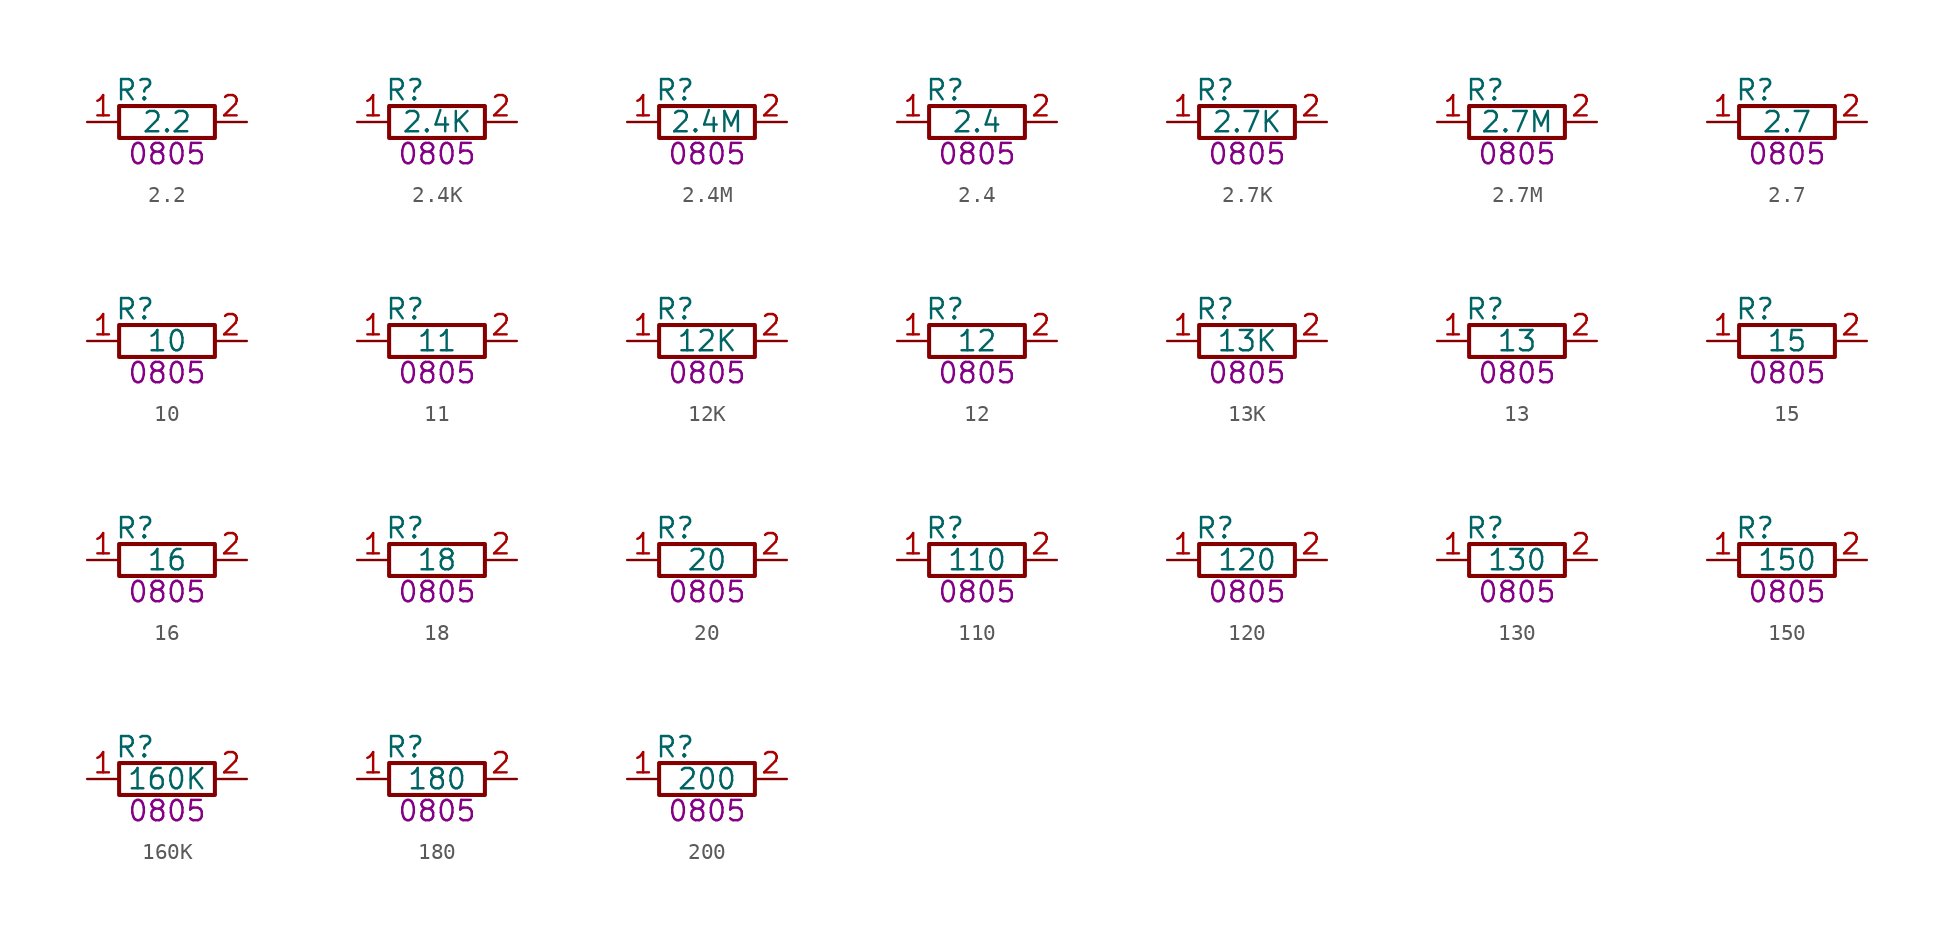
<source format=kicad_sym>
(kicad_symbol_lib
  (version 20211014)
  (generator kicad_symbol_editor)
  (symbol "2.2"
    (property "Reference" "R"
      (at -2 1 0)
      (effects (font (size 1.27 1.27))))
    (property "Value" "2.2"
      (at 0 -1 0)
      (effects (font (size 1.27 1.27))))
    (property "Size" "0805"
      (at 0 -3 0)
      (effects (font (size 1.27 1.27))))
    (symbol "2.2_0_1"
      (rectangle (start -3 0) (end 3 -2) (stroke (width 0.254) (type default) (color 0 0 0 0)) (fill (type none))))
    (symbol "2.2_1_1"
      (pin passive line (at -5 -1 0) (length 2) (name "~" (effects (font (size 1.27 1.27)))) (number "1" (effects (font (size 1.27 1.27)))))
      (pin passive line (at 5 -1 180) (length 2) (name "~" (effects (font (size 1.27 1.27)))) (number "2" (effects (font (size 1.27 1.27)))))))
  (symbol "2.4K"
    (property "Reference" "R"
      (at -2 1 0)
      (effects (font (size 1.27 1.27))))
    (property "Value" "2.4K"
      (at 0 -1 0)
      (effects (font (size 1.27 1.27))))
    (property "Size" "0805"
      (at 0 -3 0)
      (effects (font (size 1.27 1.27))))
    (symbol "2.4K_0_1"
      (rectangle (start -3 0) (end 3 -2) (stroke (width 0.254) (type default) (color 0 0 0 0)) (fill (type none))))
    (symbol "2.4K_1_1"
      (pin passive line (at -5 -1 0) (length 2) (name "~" (effects (font (size 1.27 1.27)))) (number "1" (effects (font (size 1.27 1.27)))))
      (pin passive line (at 5 -1 180) (length 2) (name "~" (effects (font (size 1.27 1.27)))) (number "2" (effects (font (size 1.27 1.27)))))))
  (symbol "2.4M"
    (property "Reference" "R"
      (at -2 1 0)
      (effects (font (size 1.27 1.27))))
    (property "Value" "2.4M"
      (at 0 -1 0)
      (effects (font (size 1.27 1.27))))
    (property "Size" "0805"
      (at 0 -3 0)
      (effects (font (size 1.27 1.27))))
    (symbol "2.4M_0_1"
      (rectangle (start -3 0) (end 3 -2) (stroke (width 0.254) (type default) (color 0 0 0 0)) (fill (type none))))
    (symbol "2.4M_1_1"
      (pin passive line (at -5 -1 0) (length 2) (name "~" (effects (font (size 1.27 1.27)))) (number "1" (effects (font (size 1.27 1.27)))))
      (pin passive line (at 5 -1 180) (length 2) (name "~" (effects (font (size 1.27 1.27)))) (number "2" (effects (font (size 1.27 1.27)))))))
  (symbol "2.4"
    (property "Reference" "R"
      (at -2 1 0)
      (effects (font (size 1.27 1.27))))
    (property "Value" "2.4"
      (at 0 -1 0)
      (effects (font (size 1.27 1.27))))
    (property "Size" "0805"
      (at 0 -3 0)
      (effects (font (size 1.27 1.27))))
    (symbol "2.4_0_1"
      (rectangle (start -3 0) (end 3 -2) (stroke (width 0.254) (type default) (color 0 0 0 0)) (fill (type none))))
    (symbol "2.4_1_1"
      (pin passive line (at -5 -1 0) (length 2) (name "~" (effects (font (size 1.27 1.27)))) (number "1" (effects (font (size 1.27 1.27)))))
      (pin passive line (at 5 -1 180) (length 2) (name "~" (effects (font (size 1.27 1.27)))) (number "2" (effects (font (size 1.27 1.27)))))))
  (symbol "2.7K"
    (property "Reference" "R"
      (at -2 1 0)
      (effects (font (size 1.27 1.27))))
    (property "Value" "2.7K"
      (at 0 -1 0)
      (effects (font (size 1.27 1.27))))
    (property "Size" "0805"
      (at 0 -3 0)
      (effects (font (size 1.27 1.27))))
    (symbol "2.7K_0_1"
      (rectangle (start -3 0) (end 3 -2) (stroke (width 0.254) (type default) (color 0 0 0 0)) (fill (type none))))
    (symbol "2.7K_1_1"
      (pin passive line (at -5 -1 0) (length 2) (name "~" (effects (font (size 1.27 1.27)))) (number "1" (effects (font (size 1.27 1.27)))))
      (pin passive line (at 5 -1 180) (length 2) (name "~" (effects (font (size 1.27 1.27)))) (number "2" (effects (font (size 1.27 1.27)))))))
  (symbol "2.7M"
    (property "Reference" "R"
      (at -2 1 0)
      (effects (font (size 1.27 1.27))))
    (property "Value" "2.7M"
      (at 0 -1 0)
      (effects (font (size 1.27 1.27))))
    (property "Size" "0805"
      (at 0 -3 0)
      (effects (font (size 1.27 1.27))))
    (symbol "2.7M_0_1"
      (rectangle (start -3 0) (end 3 -2) (stroke (width 0.254) (type default) (color 0 0 0 0)) (fill (type none))))
    (symbol "2.7M_1_1"
      (pin passive line (at -5 -1 0) (length 2) (name "~" (effects (font (size 1.27 1.27)))) (number "1" (effects (font (size 1.27 1.27)))))
      (pin passive line (at 5 -1 180) (length 2) (name "~" (effects (font (size 1.27 1.27)))) (number "2" (effects (font (size 1.27 1.27)))))))
  (symbol "2.7"
    (property "Reference" "R"
      (at -2 1 0)
      (effects (font (size 1.27 1.27))))
    (property "Value" "2.7"
      (at 0 -1 0)
      (effects (font (size 1.27 1.27))))
    (property "Size" "0805"
      (at 0 -3 0)
      (effects (font (size 1.27 1.27))))
    (symbol "2.7_0_1"
      (rectangle (start -3 0) (end 3 -2) (stroke (width 0.254) (type default) (color 0 0 0 0)) (fill (type none))))
    (symbol "2.7_1_1"
      (pin passive line (at -5 -1 0) (length 2) (name "~" (effects (font (size 1.27 1.27)))) (number "1" (effects (font (size 1.27 1.27)))))
      (pin passive line (at 5 -1 180) (length 2) (name "~" (effects (font (size 1.27 1.27)))) (number "2" (effects (font (size 1.27 1.27)))))))
  (symbol "10"
    (property "Reference" "R"
      (at -2 1 0)
      (effects (font (size 1.27 1.27))))
    (property "Value" "10"
      (at 0 -1 0)
      (effects (font (size 1.27 1.27))))
    (property "Size" "0805"
      (at 0 -3 0)
      (effects (font (size 1.27 1.27))))
    (symbol "10_0_1"
      (rectangle (start -3 0) (end 3 -2) (stroke (width 0.254) (type default) (color 0 0 0 0)) (fill (type none))))
    (symbol "10_1_1"
      (pin passive line (at -5 -1 0) (length 2) (name "~" (effects (font (size 1.27 1.27)))) (number "1" (effects (font (size 1.27 1.27)))))
      (pin passive line (at 5 -1 180) (length 2) (name "~" (effects (font (size 1.27 1.27)))) (number "2" (effects (font (size 1.27 1.27)))))))
  (symbol "11"
    (property "Reference" "R"
      (at -2 1 0)
      (effects (font (size 1.27 1.27))))
    (property "Value" "11"
      (at 0 -1 0)
      (effects (font (size 1.27 1.27))))
    (property "Size" "0805"
      (at 0 -3 0)
      (effects (font (size 1.27 1.27))))
    (symbol "11_0_1"
      (rectangle (start -3 0) (end 3 -2) (stroke (width 0.254) (type default) (color 0 0 0 0)) (fill (type none))))
    (symbol "11_1_1"
      (pin passive line (at -5 -1 0) (length 2) (name "~" (effects (font (size 1.27 1.27)))) (number "1" (effects (font (size 1.27 1.27)))))
      (pin passive line (at 5 -1 180) (length 2) (name "~" (effects (font (size 1.27 1.27)))) (number "2" (effects (font (size 1.27 1.27)))))))
  (symbol "12K"
    (property "Reference" "R"
      (at -2 1 0)
      (effects (font (size 1.27 1.27))))
    (property "Value" "12K"
      (at 0 -1 0)
      (effects (font (size 1.27 1.27))))
    (property "Size" "0805"
      (at 0 -3 0)
      (effects (font (size 1.27 1.27))))
    (symbol "12K_0_1"
      (rectangle (start -3 0) (end 3 -2) (stroke (width 0.254) (type default) (color 0 0 0 0)) (fill (type none))))
    (symbol "12K_1_1"
      (pin passive line (at -5 -1 0) (length 2) (name "~" (effects (font (size 1.27 1.27)))) (number "1" (effects (font (size 1.27 1.27)))))
      (pin passive line (at 5 -1 180) (length 2) (name "~" (effects (font (size 1.27 1.27)))) (number "2" (effects (font (size 1.27 1.27)))))))
  (symbol "12"
    (property "Reference" "R"
      (at -2 1 0)
      (effects (font (size 1.27 1.27))))
    (property "Value" "12"
      (at 0 -1 0)
      (effects (font (size 1.27 1.27))))
    (property "Size" "0805"
      (at 0 -3 0)
      (effects (font (size 1.27 1.27))))
    (symbol "12_0_1"
      (rectangle (start -3 0) (end 3 -2) (stroke (width 0.254) (type default) (color 0 0 0 0)) (fill (type none))))
    (symbol "12_1_1"
      (pin passive line (at -5 -1 0) (length 2) (name "~" (effects (font (size 1.27 1.27)))) (number "1" (effects (font (size 1.27 1.27)))))
      (pin passive line (at 5 -1 180) (length 2) (name "~" (effects (font (size 1.27 1.27)))) (number "2" (effects (font (size 1.27 1.27)))))))
  (symbol "13K"
    (property "Reference" "R"
      (at -2 1 0)
      (effects (font (size 1.27 1.27))))
    (property "Value" "13K"
      (at 0 -1 0)
      (effects (font (size 1.27 1.27))))
    (property "Size" "0805"
      (at 0 -3 0)
      (effects (font (size 1.27 1.27))))
    (symbol "13K_0_1"
      (rectangle (start -3 0) (end 3 -2) (stroke (width 0.254) (type default) (color 0 0 0 0)) (fill (type none))))
    (symbol "13K_1_1"
      (pin passive line (at -5 -1 0) (length 2) (name "~" (effects (font (size 1.27 1.27)))) (number "1" (effects (font (size 1.27 1.27)))))
      (pin passive line (at 5 -1 180) (length 2) (name "~" (effects (font (size 1.27 1.27)))) (number "2" (effects (font (size 1.27 1.27)))))))
  (symbol "13"
    (property "Reference" "R"
      (at -2 1 0)
      (effects (font (size 1.27 1.27))))
    (property "Value" "13"
      (at 0 -1 0)
      (effects (font (size 1.27 1.27))))
    (property "Size" "0805"
      (at 0 -3 0)
      (effects (font (size 1.27 1.27))))
    (symbol "13_0_1"
      (rectangle (start -3 0) (end 3 -2) (stroke (width 0.254) (type default) (color 0 0 0 0)) (fill (type none))))
    (symbol "13_1_1"
      (pin passive line (at -5 -1 0) (length 2) (name "~" (effects (font (size 1.27 1.27)))) (number "1" (effects (font (size 1.27 1.27)))))
      (pin passive line (at 5 -1 180) (length 2) (name "~" (effects (font (size 1.27 1.27)))) (number "2" (effects (font (size 1.27 1.27)))))))
  (symbol "15"
    (property "Reference" "R"
      (at -2 1 0)
      (effects (font (size 1.27 1.27))))
    (property "Value" "15"
      (at 0 -1 0)
      (effects (font (size 1.27 1.27))))
    (property "Size" "0805"
      (at 0 -3 0)
      (effects (font (size 1.27 1.27))))
    (symbol "15_0_1"
      (rectangle (start -3 0) (end 3 -2) (stroke (width 0.254) (type default) (color 0 0 0 0)) (fill (type none))))
    (symbol "15_1_1"
      (pin passive line (at -5 -1 0) (length 2) (name "~" (effects (font (size 1.27 1.27)))) (number "1" (effects (font (size 1.27 1.27)))))
      (pin passive line (at 5 -1 180) (length 2) (name "~" (effects (font (size 1.27 1.27)))) (number "2" (effects (font (size 1.27 1.27)))))))
  (symbol "16"
    (property "Reference" "R"
      (at -2 1 0)
      (effects (font (size 1.27 1.27))))
    (property "Value" "16"
      (at 0 -1 0)
      (effects (font (size 1.27 1.27))))
    (property "Size" "0805"
      (at 0 -3 0)
      (effects (font (size 1.27 1.27))))
    (symbol "16_0_1"
      (rectangle (start -3 0) (end 3 -2) (stroke (width 0.254) (type default) (color 0 0 0 0)) (fill (type none))))
    (symbol "16_1_1"
      (pin passive line (at -5 -1 0) (length 2) (name "~" (effects (font (size 1.27 1.27)))) (number "1" (effects (font (size 1.27 1.27)))))
      (pin passive line (at 5 -1 180) (length 2) (name "~" (effects (font (size 1.27 1.27)))) (number "2" (effects (font (size 1.27 1.27)))))))
  (symbol "18"
    (property "Reference" "R"
      (at -2 1 0)
      (effects (font (size 1.27 1.27))))
    (property "Value" "18"
      (at 0 -1 0)
      (effects (font (size 1.27 1.27))))
    (property "Size" "0805"
      (at 0 -3 0)
      (effects (font (size 1.27 1.27))))
    (symbol "18_0_1"
      (rectangle (start -3 0) (end 3 -2) (stroke (width 0.254) (type default) (color 0 0 0 0)) (fill (type none))))
    (symbol "18_1_1"
      (pin passive line (at -5 -1 0) (length 2) (name "~" (effects (font (size 1.27 1.27)))) (number "1" (effects (font (size 1.27 1.27)))))
      (pin passive line (at 5 -1 180) (length 2) (name "~" (effects (font (size 1.27 1.27)))) (number "2" (effects (font (size 1.27 1.27)))))))
  (symbol "20"
    (property "Reference" "R"
      (at -2 1 0)
      (effects (font (size 1.27 1.27))))
    (property "Value" "20"
      (at 0 -1 0)
      (effects (font (size 1.27 1.27))))
    (property "Size" "0805"
      (at 0 -3 0)
      (effects (font (size 1.27 1.27))))
    (symbol "20_0_1"
      (rectangle (start -3 0) (end 3 -2) (stroke (width 0.254) (type default) (color 0 0 0 0)) (fill (type none))))
    (symbol "20_1_1"
      (pin passive line (at -5 -1 0) (length 2) (name "~" (effects (font (size 1.27 1.27)))) (number "1" (effects (font (size 1.27 1.27)))))
      (pin passive line (at 5 -1 180) (length 2) (name "~" (effects (font (size 1.27 1.27)))) (number "2" (effects (font (size 1.27 1.27)))))))
  (symbol "110"
    (property "Reference" "R"
      (at -2 1 0)
      (effects (font (size 1.27 1.27))))
    (property "Value" "110"
      (at 0 -1 0)
      (effects (font (size 1.27 1.27))))
    (property "Size" "0805"
      (at 0 -3 0)
      (effects (font (size 1.27 1.27))))
    (symbol "110_0_1"
      (rectangle (start -3 0) (end 3 -2) (stroke (width 0.254) (type default) (color 0 0 0 0)) (fill (type none))))
    (symbol "110_1_1"
      (pin passive line (at -5 -1 0) (length 2) (name "~" (effects (font (size 1.27 1.27)))) (number "1" (effects (font (size 1.27 1.27)))))
      (pin passive line (at 5 -1 180) (length 2) (name "~" (effects (font (size 1.27 1.27)))) (number "2" (effects (font (size 1.27 1.27)))))))
  (symbol "120"
    (property "Reference" "R"
      (at -2 1 0)
      (effects (font (size 1.27 1.27))))
    (property "Value" "120"
      (at 0 -1 0)
      (effects (font (size 1.27 1.27))))
    (property "Size" "0805"
      (at 0 -3 0)
      (effects (font (size 1.27 1.27))))
    (symbol "120_0_1"
      (rectangle (start -3 0) (end 3 -2) (stroke (width 0.254) (type default) (color 0 0 0 0)) (fill (type none))))
    (symbol "120_1_1"
      (pin passive line (at -5 -1 0) (length 2) (name "~" (effects (font (size 1.27 1.27)))) (number "1" (effects (font (size 1.27 1.27)))))
      (pin passive line (at 5 -1 180) (length 2) (name "~" (effects (font (size 1.27 1.27)))) (number "2" (effects (font (size 1.27 1.27)))))))
  (symbol "130"
    (property "Reference" "R"
      (at -2 1 0)
      (effects (font (size 1.27 1.27))))
    (property "Value" "130"
      (at 0 -1 0)
      (effects (font (size 1.27 1.27))))
    (property "Size" "0805"
      (at 0 -3 0)
      (effects (font (size 1.27 1.27))))
    (symbol "130_0_1"
      (rectangle (start -3 0) (end 3 -2) (stroke (width 0.254) (type default) (color 0 0 0 0)) (fill (type none))))
    (symbol "130_1_1"
      (pin passive line (at -5 -1 0) (length 2) (name "~" (effects (font (size 1.27 1.27)))) (number "1" (effects (font (size 1.27 1.27)))))
      (pin passive line (at 5 -1 180) (length 2) (name "~" (effects (font (size 1.27 1.27)))) (number "2" (effects (font (size 1.27 1.27)))))))
  (symbol "150"
    (property "Reference" "R"
      (at -2 1 0)
      (effects (font (size 1.27 1.27))))
    (property "Value" "150"
      (at 0 -1 0)
      (effects (font (size 1.27 1.27))))
    (property "Size" "0805"
      (at 0 -3 0)
      (effects (font (size 1.27 1.27))))
    (symbol "150_0_1"
      (rectangle (start -3 0) (end 3 -2) (stroke (width 0.254) (type default) (color 0 0 0 0)) (fill (type none))))
    (symbol "150_1_1"
      (pin passive line (at -5 -1 0) (length 2) (name "~" (effects (font (size 1.27 1.27)))) (number "1" (effects (font (size 1.27 1.27)))))
      (pin passive line (at 5 -1 180) (length 2) (name "~" (effects (font (size 1.27 1.27)))) (number "2" (effects (font (size 1.27 1.27)))))))
  (symbol "160K"
    (property "Reference" "R"
      (at -2 1 0)
      (effects (font (size 1.27 1.27))))
    (property "Value" "160K"
      (at 0 -1 0)
      (effects (font (size 1.27 1.27))))
    (property "Size" "0805"
      (at 0 -3 0)
      (effects (font (size 1.27 1.27))))
    (symbol "160K_0_1"
      (rectangle (start -3 0) (end 3 -2) (stroke (width 0.254) (type default) (color 0 0 0 0)) (fill (type none))))
    (symbol "160K_1_1"
      (pin passive line (at -5 -1 0) (length 2) (name "~" (effects (font (size 1.27 1.27)))) (number "1" (effects (font (size 1.27 1.27)))))
      (pin passive line (at 5 -1 180) (length 2) (name "~" (effects (font (size 1.27 1.27)))) (number "2" (effects (font (size 1.27 1.27)))))))
  (symbol "180"
    (property "Reference" "R"
      (at -2 1 0)
      (effects (font (size 1.27 1.27))))
    (property "Value" "180"
      (at 0 -1 0)
      (effects (font (size 1.27 1.27))))
    (property "Size" "0805"
      (at 0 -3 0)
      (effects (font (size 1.27 1.27))))
    (symbol "180_0_1"
      (rectangle (start -3 0) (end 3 -2) (stroke (width 0.254) (type default) (color 0 0 0 0)) (fill (type none))))
    (symbol "180_1_1"
      (pin passive line (at -5 -1 0) (length 2) (name "~" (effects (font (size 1.27 1.27)))) (number "1" (effects (font (size 1.27 1.27)))))
      (pin passive line (at 5 -1 180) (length 2) (name "~" (effects (font (size 1.27 1.27)))) (number "2" (effects (font (size 1.27 1.27)))))))
  (symbol "200"
    (property "Reference" "R"
      (at -2 1 0)
      (effects (font (size 1.27 1.27))))
    (property "Value" "200"
      (at 0 -1 0)
      (effects (font (size 1.27 1.27))))
    (property "Size" "0805"
      (at 0 -3 0)
      (effects (font (size 1.27 1.27))))
    (symbol "200_0_1"
      (rectangle (start -3 0) (end 3 -2) (stroke (width 0.254) (type default) (color 0 0 0 0)) (fill (type none))))
    (symbol "200_1_1"
      (pin passive line (at -5 -1 0) (length 2) (name "~" (effects (font (size 1.27 1.27)))) (number "1" (effects (font (size 1.27 1.27)))))
      (pin passive line (at 5 -1 180) (length 2) (name "~" (effects (font (size 1.27 1.27)))) (number "2" (effects (font (size 1.27 1.27))))))))
</source>
